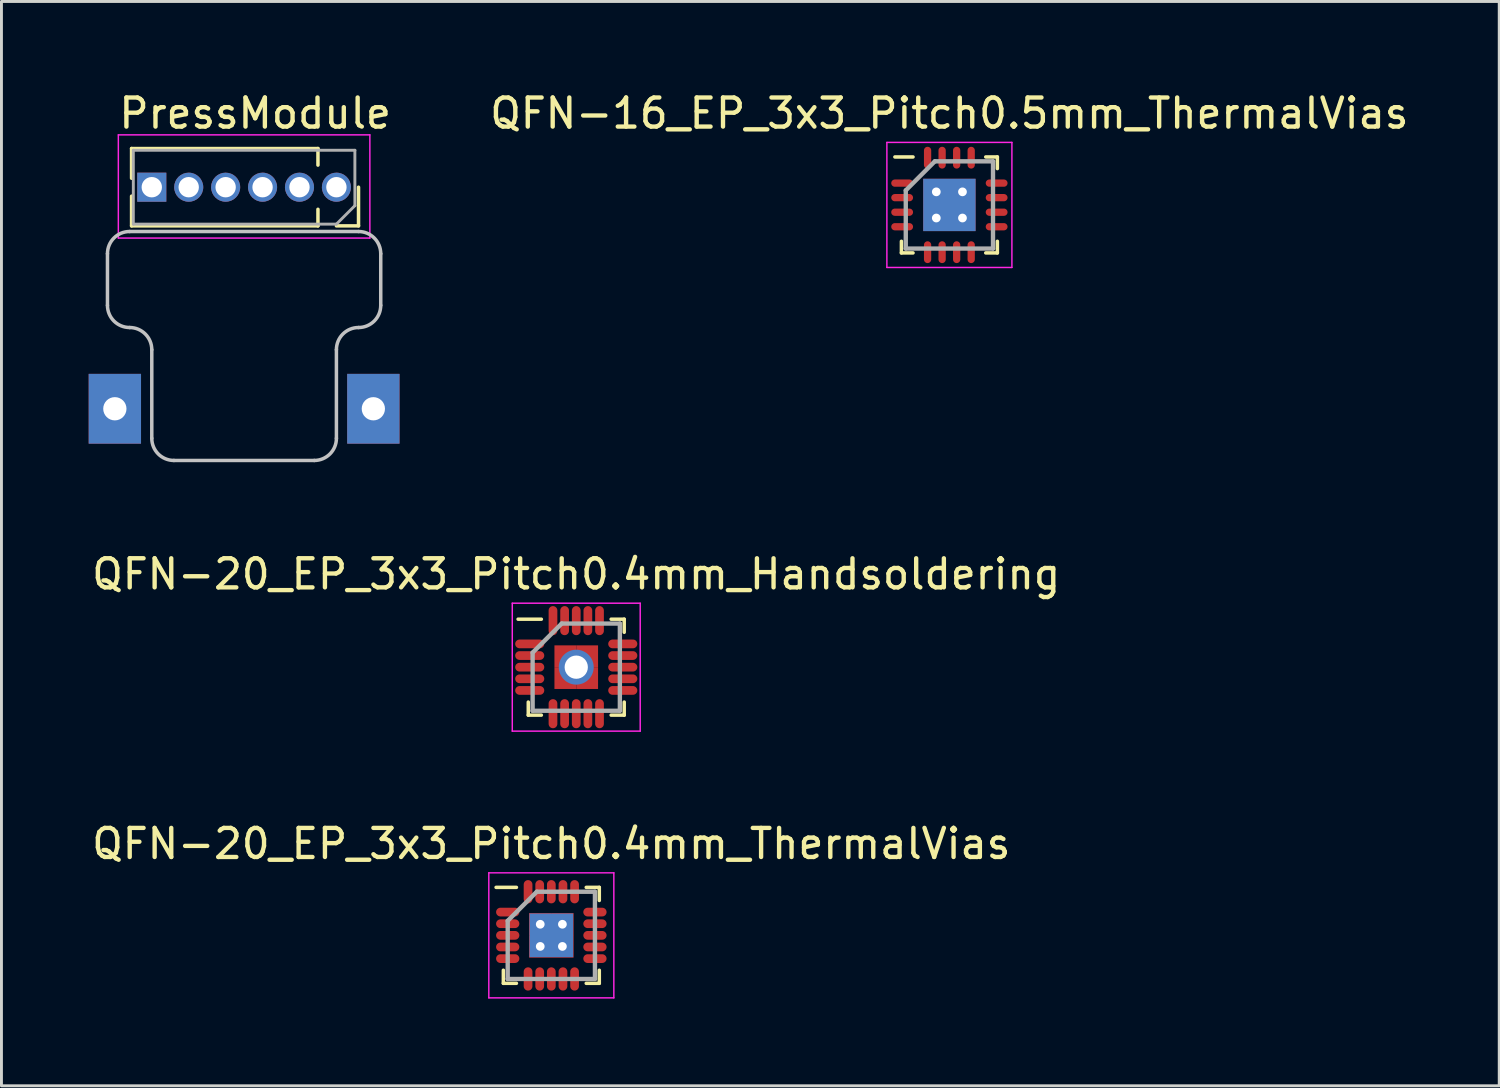
<source format=kicad_pcb>
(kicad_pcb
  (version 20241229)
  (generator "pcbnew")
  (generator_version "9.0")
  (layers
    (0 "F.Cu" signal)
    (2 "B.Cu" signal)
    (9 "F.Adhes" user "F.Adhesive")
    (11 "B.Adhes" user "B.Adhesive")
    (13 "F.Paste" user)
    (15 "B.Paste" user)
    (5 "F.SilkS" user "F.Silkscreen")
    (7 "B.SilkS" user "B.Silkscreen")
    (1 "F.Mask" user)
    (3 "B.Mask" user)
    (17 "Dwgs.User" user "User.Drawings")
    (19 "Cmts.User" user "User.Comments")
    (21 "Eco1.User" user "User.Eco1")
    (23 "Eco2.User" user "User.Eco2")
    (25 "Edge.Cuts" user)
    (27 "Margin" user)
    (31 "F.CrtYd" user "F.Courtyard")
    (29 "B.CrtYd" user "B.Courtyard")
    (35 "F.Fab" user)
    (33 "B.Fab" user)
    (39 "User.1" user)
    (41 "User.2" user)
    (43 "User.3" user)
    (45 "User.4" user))
  (footprint "QFN-20_EP_3x3_Pitch0.4mm_Handsoldering"
    (layer "F.Cu")
    (at 16.768 19.895)
    (property "Reference" "QFN-20_EP_3x3_Pitch0.4mm_Handsoldering" (at 0 -3.2 0) (layer "F.SilkS") (effects (font (size 1 1) (thickness 0.15))))
    (attr smd)
    (fp_line (start -1.65 1.65) (end -1.65 1.2) (stroke (width 0.12) (type solid)) (layer "F.SilkS"))
    (fp_line (start -1.2 -1.65) (end -2 -1.65) (stroke (width 0.12) (type solid)) (layer "F.SilkS"))
    (fp_line (start -1.2 1.65) (end -1.65 1.65) (stroke (width 0.12) (type solid)) (layer "F.SilkS"))
    (fp_line (start 1.2 -1.65) (end 1.65 -1.65) (stroke (width 0.12) (type solid)) (layer "F.SilkS"))
    (fp_line (start 1.2 1.65) (end 1.65 1.65) (stroke (width 0.12) (type solid)) (layer "F.SilkS"))
    (fp_line (start 1.65 -1.65) (end 1.65 -1.2) (stroke (width 0.12) (type solid)) (layer "F.SilkS"))
    (fp_line (start 1.65 1.65) (end 1.65 1.2) (stroke (width 0.12) (type solid)) (layer "F.SilkS"))
    (fp_line (start -2.2 -2.2) (end 2.2 -2.2) (stroke (width 0.05) (type solid)) (layer "F.CrtYd"))
    (fp_line (start -2.2 2.2) (end -2.2 -2.2) (stroke (width 0.05) (type solid)) (layer "F.CrtYd"))
    (fp_line (start 2.2 -2.2) (end 2.2 2.2) (stroke (width 0.05) (type solid)) (layer "F.CrtYd"))
    (fp_line (start 2.2 2.2) (end -2.2 2.2) (stroke (width 0.05) (type solid)) (layer "F.CrtYd"))
    (fp_line (start -1.5 -0.5) (end -1.5 1.5) (stroke (width 0.15) (type solid)) (layer "F.Fab"))
    (fp_line (start -1.5 1.5) (end 1.5 1.5) (stroke (width 0.15) (type solid)) (layer "F.Fab"))
    (fp_line (start -0.5 -1.5) (end -1.5 -0.5) (stroke (width 0.15) (type solid)) (layer "F.Fab"))
    (fp_line (start 1.5 -1.5) (end -0.5 -1.5) (stroke (width 0.15) (type solid)) (layer "F.Fab"))
    (fp_line (start 1.5 1.5) (end 1.5 -1.5) (stroke (width 0.15) (type solid)) (layer "F.Fab"))
    (pad "1" smd oval (at -1.6 -0.8 90) (size 0.3 1) (layers "F.Cu" "F.Mask" "F.Paste"))
    (pad "2" smd oval (at -1.6 -0.4 90) (size 0.3 1) (layers "F.Cu" "F.Mask" "F.Paste"))
    (pad "3" smd oval (at -1.6 0 90) (size 0.3 1) (layers "F.Cu" "F.Mask" "F.Paste"))
    (pad "4" smd oval (at -1.6 0.4 90) (size 0.3 1) (layers "F.Cu" "F.Mask" "F.Paste"))
    (pad "5" smd oval (at -1.6 0.8 90) (size 0.3 1) (layers "F.Cu" "F.Mask" "F.Paste"))
    (pad "6" smd oval (at -0.8 1.6) (size 0.3 1) (layers "F.Cu" "F.Mask" "F.Paste"))
    (pad "7" smd oval (at -0.4 1.6) (size 0.3 1) (layers "F.Cu" "F.Mask" "F.Paste"))
    (pad "8" smd oval (at 0 1.6) (size 0.3 1) (layers "F.Cu" "F.Mask" "F.Paste"))
    (pad "9" smd oval (at 0.4 1.6) (size 0.3 1) (layers "F.Cu" "F.Mask" "F.Paste"))
    (pad "10" smd oval (at 0.8 1.6) (size 0.3 1) (layers "F.Cu" "F.Mask" "F.Paste"))
    (pad "11" smd oval (at 1.6 0.8 90) (size 0.3 1) (layers "F.Cu" "F.Mask" "F.Paste"))
    (pad "12" smd oval (at 1.6 0.4 90) (size 0.3 1) (layers "F.Cu" "F.Mask" "F.Paste"))
    (pad "13" smd oval (at 1.6 0 90) (size 0.3 1) (layers "F.Cu" "F.Mask" "F.Paste"))
    (pad "14" smd oval (at 1.6 -0.4 90) (size 0.3 1) (layers "F.Cu" "F.Mask" "F.Paste"))
    (pad "15" smd oval (at 1.6 -0.8 90) (size 0.3 1) (layers "F.Cu" "F.Mask" "F.Paste"))
    (pad "16" smd oval (at 0.8 -1.6) (size 0.3 1) (layers "F.Cu" "F.Mask" "F.Paste"))
    (pad "17" smd oval (at 0.4 -1.6) (size 0.3 1) (layers "F.Cu" "F.Mask" "F.Paste"))
    (pad "18" smd oval (at 0 -1.6) (size 0.3 1) (layers "F.Cu" "F.Mask" "F.Paste"))
    (pad "19" smd oval (at -0.4 -1.6) (size 0.3 1) (layers "F.Cu" "F.Mask" "F.Paste"))
    (pad "20" smd oval (at -0.8 -1.6) (size 0.3 1) (layers "F.Cu" "F.Mask" "F.Paste"))
    (pad "21" smd rect (at -0.375 -0.375) (size 0.75 0.75) (layers "F.Cu" "F.Mask" "F.Paste"))
    (pad "21" smd rect (at -0.375 0.375) (size 0.75 0.75) (layers "F.Cu" "F.Mask" "F.Paste"))
    (pad "21" thru_hole circle (at 0 0) (size 1.2 1.2) (drill 0.8) (layers "*.Cu" "*.Mask"))
    (pad "21" smd rect (at 0.375 -0.375) (size 0.75 0.75) (layers "F.Cu" "F.Mask" "F.Paste"))
    (pad "21" smd rect (at 0.375 0.375) (size 0.75 0.75) (layers "F.Cu" "F.Mask" "F.Paste")))
  (footprint "QFN-16_EP_3x3_Pitch0.5mm_ThermalVias"
    (layer "F.Cu")
    (at 29.601 3.998)
    (property "Reference" "QFN-16_EP_3x3_Pitch0.5mm_ThermalVias" (at 0 -3.15 0) (layer "F.SilkS") (effects (font (size 1 1) (thickness 0.15))))
    (attr smd)
    (fp_line (start -1.65 1.65) (end -1.65 1.25) (stroke (width 0.12) (type solid)) (layer "F.SilkS"))
    (fp_line (start -1.25 -1.65) (end -1.875 -1.65) (stroke (width 0.12) (type solid)) (layer "F.SilkS"))
    (fp_line (start -1.25 1.65) (end -1.65 1.65) (stroke (width 0.12) (type solid)) (layer "F.SilkS"))
    (fp_line (start 1.25 -1.65) (end 1.65 -1.65) (stroke (width 0.12) (type solid)) (layer "F.SilkS"))
    (fp_line (start 1.25 1.65) (end 1.65 1.65) (stroke (width 0.12) (type solid)) (layer "F.SilkS"))
    (fp_line (start 1.65 -1.65) (end 1.65 -1.25) (stroke (width 0.12) (type solid)) (layer "F.SilkS"))
    (fp_line (start 1.65 1.65) (end 1.65 1.25) (stroke (width 0.12) (type solid)) (layer "F.SilkS"))
    (fp_line (start -2.15 -2.15) (end 2.15 -2.15) (stroke (width 0.05) (type solid)) (layer "F.CrtYd"))
    (fp_line (start -2.15 2.15) (end -2.15 -2.15) (stroke (width 0.05) (type solid)) (layer "F.CrtYd"))
    (fp_line (start 2.15 -2.15) (end 2.15 2.15) (stroke (width 0.05) (type solid)) (layer "F.CrtYd"))
    (fp_line (start 2.15 2.15) (end -2.15 2.15) (stroke (width 0.05) (type solid)) (layer "F.CrtYd"))
    (fp_line (start -1.5 -0.5) (end -1.5 1.5) (stroke (width 0.15) (type solid)) (layer "F.Fab"))
    (fp_line (start -1.5 1.5) (end 1.5 1.5) (stroke (width 0.15) (type solid)) (layer "F.Fab"))
    (fp_line (start -0.5 -1.5) (end -1.5 -0.5) (stroke (width 0.15) (type solid)) (layer "F.Fab"))
    (fp_line (start 1.5 -1.5) (end -0.5 -1.5) (stroke (width 0.15) (type solid)) (layer "F.Fab"))
    (fp_line (start 1.5 1.5) (end 1.5 -1.5) (stroke (width 0.15) (type solid)) (layer "F.Fab"))
    (pad "1" smd oval (at -1.625 -0.75 90) (size 0.25 0.75) (layers "F.Cu" "F.Mask" "F.Paste"))
    (pad "2" smd oval (at -1.625 -0.25 90) (size 0.25 0.75) (layers "F.Cu" "F.Mask" "F.Paste"))
    (pad "3" smd oval (at -1.625 0.25 90) (size 0.25 0.75) (layers "F.Cu" "F.Mask" "F.Paste"))
    (pad "4" smd oval (at -1.625 0.75 90) (size 0.25 0.75) (layers "F.Cu" "F.Mask" "F.Paste"))
    (pad "5" smd oval (at -0.75 1.625) (size 0.25 0.75) (layers "F.Cu" "F.Mask" "F.Paste"))
    (pad "6" smd oval (at -0.25 1.625) (size 0.25 0.75) (layers "F.Cu" "F.Mask" "F.Paste"))
    (pad "7" smd oval (at 0.25 1.625) (size 0.25 0.75) (layers "F.Cu" "F.Mask" "F.Paste"))
    (pad "8" smd oval (at 0.75 1.625) (size 0.25 0.75) (layers "F.Cu" "F.Mask" "F.Paste"))
    (pad "9" smd oval (at 1.625 0.75 90) (size 0.25 0.75) (layers "F.Cu" "F.Mask" "F.Paste"))
    (pad "10" smd oval (at 1.625 0.25 90) (size 0.25 0.75) (layers "F.Cu" "F.Mask" "F.Paste"))
    (pad "11" smd oval (at 1.625 -0.25 90) (size 0.25 0.75) (layers "F.Cu" "F.Mask" "F.Paste"))
    (pad "12" smd oval (at 1.625 -0.75 90) (size 0.25 0.75) (layers "F.Cu" "F.Mask" "F.Paste"))
    (pad "13" smd oval (at 0.75 -1.625) (size 0.25 0.75) (layers "F.Cu" "F.Mask" "F.Paste"))
    (pad "14" smd oval (at 0.25 -1.625) (size 0.25 0.75) (layers "F.Cu" "F.Mask" "F.Paste"))
    (pad "15" smd oval (at -0.25 -1.625) (size 0.25 0.75) (layers "F.Cu" "F.Mask" "F.Paste"))
    (pad "16" smd oval (at -0.75 -1.625) (size 0.25 0.75) (layers "F.Cu" "F.Mask" "F.Paste"))
    (pad "17" thru_hole circle (at -0.45 -0.45) (size 0.5 0.5) (drill 0.3) (layers "*.Cu" "*.Mask"))
    (pad "17" smd rect (at -0.45 -0.45) (size 0.9 0.9) (layers "F.Cu" "F.Mask" "F.Paste"))
    (pad "17" thru_hole circle (at -0.45 0.45) (size 0.5 0.5) (drill 0.3) (layers "*.Cu" "*.Mask"))
    (pad "17" smd rect (at -0.45 0.45) (size 0.9 0.9) (layers "F.Cu" "F.Mask" "F.Paste"))
    (pad "17" smd rect (at 0 0) (size 1.8 1.8) (layers "B.Cu" "B.Mask"))
    (pad "17" thru_hole circle (at 0.45 -0.45) (size 0.5 0.5) (drill 0.3) (layers "*.Cu" "*.Mask"))
    (pad "17" smd rect (at 0.45 -0.45) (size 0.9 0.9) (layers "F.Cu" "F.Mask" "F.Paste"))
    (pad "17" thru_hole circle (at 0.45 0.45) (size 0.5 0.5) (drill 0.3) (layers "*.Cu" "*.Mask"))
    (pad "17" smd rect (at 0.45 0.45) (size 0.9 0.9) (layers "F.Cu" "F.Mask" "F.Paste")))
  (footprint "PressModule"
    (layer "F.Cu")
    (at 2.17 3.388)
    (property "Reference" "PressModule" (at 3.556 -2.54 0) (layer "F.SilkS") (effects (font (size 1 1) (thickness 0.15))))
    (attr through_hole)
    (fp_line (start -0.695 -1.33) (end -0.695 -0.308) (stroke (width 0.12) (type solid)) (layer "F.SilkS"))
    (fp_line (start -0.695 0.308) (end -0.695 1.33) (stroke (width 0.12) (type solid)) (layer "F.SilkS"))
    (fp_line (start 5.715 -1.33) (end -0.695 -1.33) (stroke (width 0.12) (type solid)) (layer "F.SilkS"))
    (fp_line (start 5.715 -1.33) (end 5.715 -0.76) (stroke (width 0.12) (type solid)) (layer "F.SilkS"))
    (fp_line (start 5.715 0.76) (end 5.715 1.33) (stroke (width 0.12) (type solid)) (layer "F.SilkS"))
    (fp_line (start 5.715 1.33) (end -0.695 1.33) (stroke (width 0.12) (type solid)) (layer "F.SilkS"))
    (fp_line (start 7.11 0) (end 7.11 1.33) (stroke (width 0.12) (type solid)) (layer "F.SilkS"))
    (fp_line (start 7.11 1.33) (end 6.35 1.33) (stroke (width 0.12) (type solid)) (layer "F.SilkS"))
    (fp_line (start -1.524 4.064) (end -1.524 2.286) (stroke (width 0.12) (type solid)) (layer "Dwgs.User"))
    (fp_line (start -0.762 1.524) (end 7.112 1.524) (stroke (width 0.12) (type solid)) (layer "Dwgs.User"))
    (fp_line (start 0 8.636) (end 0 5.588) (stroke (width 0.12) (type solid)) (layer "Dwgs.User"))
    (fp_line (start 5.588 9.398) (end 0.762 9.398) (stroke (width 0.12) (type solid)) (layer "Dwgs.User"))
    (fp_line (start 6.35 5.588) (end 6.35 8.636) (stroke (width 0.12) (type solid)) (layer "Dwgs.User"))
    (fp_line (start 7.874 4.064) (end 7.874 2.286) (stroke (width 0.12) (type solid)) (layer "Dwgs.User"))
    (fp_arc (start -1.524 2.286) (mid -1.300815 1.747185) (end -0.762 1.524) (stroke (width 0.12) (type solid)) (layer "Dwgs.User"))
    (fp_arc (start -0.762 4.826) (mid -1.300815 4.602815) (end -1.524 4.064) (stroke (width 0.12) (type solid)) (layer "Dwgs.User"))
    (fp_arc (start -0.762 4.826) (mid -0.223185 5.049185) (end 0 5.588) (stroke (width 0.12) (type solid)) (layer "Dwgs.User"))
    (fp_arc (start 0.762 9.398) (mid 0.223185 9.174815) (end 0 8.636) (stroke (width 0.12) (type solid)) (layer "Dwgs.User"))
    (fp_arc (start 6.35 5.588) (mid 6.573185 5.049185) (end 7.112 4.826) (stroke (width 0.12) (type solid)) (layer "Dwgs.User"))
    (fp_arc (start 6.35 8.636) (mid 6.126815 9.174815) (end 5.588 9.398) (stroke (width 0.12) (type solid)) (layer "Dwgs.User"))
    (fp_arc (start 7.112 1.524) (mid 7.650815 1.747185) (end 7.874 2.286) (stroke (width 0.12) (type solid)) (layer "Dwgs.User"))
    (fp_arc (start 7.874 4.064) (mid 7.650815 4.602815) (end 7.112 4.826) (stroke (width 0.12) (type solid)) (layer "Dwgs.User"))
    (fp_line (start -1.15 -1.8) (end 7.5 -1.8) (stroke (width 0.05) (type solid)) (layer "F.CrtYd"))
    (fp_line (start -1.15 1.75) (end -1.15 -1.8) (stroke (width 0.05) (type solid)) (layer "F.CrtYd"))
    (fp_line (start 7.5 -1.8) (end 7.5 1.75) (stroke (width 0.05) (type solid)) (layer "F.CrtYd"))
    (fp_line (start 7.5 1.75) (end -1.15 1.75) (stroke (width 0.05) (type solid)) (layer "F.CrtYd"))
    (fp_line (start -0.635 -1.27) (end 6.985 -1.27) (stroke (width 0.1) (type solid)) (layer "F.Fab"))
    (fp_line (start -0.635 1.27) (end -0.635 -1.27) (stroke (width 0.1) (type solid)) (layer "F.Fab"))
    (fp_line (start 6.35 1.27) (end -0.635 1.27) (stroke (width 0.1) (type solid)) (layer "F.Fab"))
    (fp_line (start 6.985 -1.27) (end 6.985 0.635) (stroke (width 0.1) (type solid)) (layer "F.Fab"))
    (fp_line (start 6.985 0.635) (end 6.35 1.27) (stroke (width 0.1) (type solid)) (layer "F.Fab"))
    (pad "1" thru_hole rect (at -1.27 7.62 270) (size 2.4 1.8) (drill 0.8) (layers "*.Cu" "*.Mask"))
    (pad "1" thru_hole rect (at 0 0 90) (size 1 1) (drill 0.7) (layers "*.Cu" "*.Mask"))
    (pad "1" thru_hole rect (at 7.62 7.62 270) (size 2.4 1.8) (drill 0.8) (layers "*.Cu" "*.Mask"))
    (pad "2" thru_hole oval (at 1.27 0 90) (size 1 1) (drill 0.7) (layers "*.Cu" "*.Mask"))
    (pad "3" thru_hole oval (at 2.54 0 90) (size 1 1) (drill 0.7) (layers "*.Cu" "*.Mask"))
    (pad "4" thru_hole oval (at 3.81 0 90) (size 1 1) (drill 0.7) (layers "*.Cu" "*.Mask"))
    (pad "5" thru_hole oval (at 5.08 0 90) (size 1 1) (drill 0.7) (layers "*.Cu" "*.Mask"))
    (pad "6" thru_hole oval (at 6.35 0 90) (size 1 1) (drill 0.7) (layers "*.Cu" "*.Mask")))
  (footprint "QFN-20_EP_3x3_Pitch0.4mm_ThermalVias"
    (layer "F.Cu")
    (at 15.911 29.118)
    (property "Reference" "QFN-20_EP_3x3_Pitch0.4mm_ThermalVias" (at 0 -3.15 0) (layer "F.SilkS") (effects (font (size 1 1) (thickness 0.15))))
    (attr smd)
    (fp_line (start -1.65 1.65) (end -1.65 1.2) (stroke (width 0.12) (type solid)) (layer "F.SilkS"))
    (fp_line (start -1.2 -1.65) (end -1.9 -1.65) (stroke (width 0.12) (type solid)) (layer "F.SilkS"))
    (fp_line (start -1.2 1.65) (end -1.65 1.65) (stroke (width 0.12) (type solid)) (layer "F.SilkS"))
    (fp_line (start 1.2 -1.65) (end 1.65 -1.65) (stroke (width 0.12) (type solid)) (layer "F.SilkS"))
    (fp_line (start 1.2 1.65) (end 1.65 1.65) (stroke (width 0.12) (type solid)) (layer "F.SilkS"))
    (fp_line (start 1.65 -1.65) (end 1.65 -1.2) (stroke (width 0.12) (type solid)) (layer "F.SilkS"))
    (fp_line (start 1.65 1.65) (end 1.65 1.2) (stroke (width 0.12) (type solid)) (layer "F.SilkS"))
    (fp_line (start -2.15 -2.15) (end 2.15 -2.15) (stroke (width 0.05) (type solid)) (layer "F.CrtYd"))
    (fp_line (start -2.15 2.15) (end -2.15 -2.15) (stroke (width 0.05) (type solid)) (layer "F.CrtYd"))
    (fp_line (start 2.15 -2.15) (end 2.15 2.15) (stroke (width 0.05) (type solid)) (layer "F.CrtYd"))
    (fp_line (start 2.15 2.15) (end -2.15 2.15) (stroke (width 0.05) (type solid)) (layer "F.CrtYd"))
    (fp_line (start -1.5 -0.5) (end -1.5 1.5) (stroke (width 0.15) (type solid)) (layer "F.Fab"))
    (fp_line (start -1.5 1.5) (end 1.5 1.5) (stroke (width 0.15) (type solid)) (layer "F.Fab"))
    (fp_line (start -0.5 -1.5) (end -1.5 -0.5) (stroke (width 0.15) (type solid)) (layer "F.Fab"))
    (fp_line (start 1.5 -1.5) (end -0.5 -1.5) (stroke (width 0.15) (type solid)) (layer "F.Fab"))
    (fp_line (start 1.5 1.5) (end 1.5 -1.5) (stroke (width 0.15) (type solid)) (layer "F.Fab"))
    (pad "1" smd oval (at -1.5 -0.8 90) (size 0.3 0.8) (layers "F.Cu" "F.Mask" "F.Paste"))
    (pad "2" smd oval (at -1.5 -0.4 90) (size 0.3 0.8) (layers "F.Cu" "F.Mask" "F.Paste"))
    (pad "3" smd oval (at -1.5 0 90) (size 0.3 0.8) (layers "F.Cu" "F.Mask" "F.Paste"))
    (pad "4" smd oval (at -1.5 0.4 90) (size 0.3 0.8) (layers "F.Cu" "F.Mask" "F.Paste"))
    (pad "5" smd oval (at -1.5 0.8 90) (size 0.3 0.8) (layers "F.Cu" "F.Mask" "F.Paste"))
    (pad "6" smd oval (at -0.8 1.5) (size 0.3 0.8) (layers "F.Cu" "F.Mask" "F.Paste"))
    (pad "7" smd oval (at -0.4 1.5) (size 0.3 0.8) (layers "F.Cu" "F.Mask" "F.Paste"))
    (pad "8" smd oval (at 0 1.5) (size 0.3 0.8) (layers "F.Cu" "F.Mask" "F.Paste"))
    (pad "9" smd oval (at 0.4 1.5) (size 0.3 0.8) (layers "F.Cu" "F.Mask" "F.Paste"))
    (pad "10" smd oval (at 0.8 1.5) (size 0.3 0.8) (layers "F.Cu" "F.Mask" "F.Paste"))
    (pad "11" smd oval (at 1.5 0.8 90) (size 0.3 0.8) (layers "F.Cu" "F.Mask" "F.Paste"))
    (pad "12" smd oval (at 1.5 0.4 90) (size 0.3 0.8) (layers "F.Cu" "F.Mask" "F.Paste"))
    (pad "13" smd oval (at 1.5 0 90) (size 0.3 0.8) (layers "F.Cu" "F.Mask" "F.Paste"))
    (pad "14" smd oval (at 1.5 -0.4 90) (size 0.3 0.8) (layers "F.Cu" "F.Mask" "F.Paste"))
    (pad "15" smd oval (at 1.5 -0.8 90) (size 0.3 0.8) (layers "F.Cu" "F.Mask" "F.Paste"))
    (pad "16" smd oval (at 0.8 -1.5) (size 0.3 0.8) (layers "F.Cu" "F.Mask" "F.Paste"))
    (pad "17" smd oval (at 0.4 -1.5) (size 0.3 0.8) (layers "F.Cu" "F.Mask" "F.Paste"))
    (pad "18" smd oval (at 0 -1.5) (size 0.3 0.8) (layers "F.Cu" "F.Mask" "F.Paste"))
    (pad "19" smd oval (at -0.4 -1.5) (size 0.3 0.8) (layers "F.Cu" "F.Mask" "F.Paste"))
    (pad "20" smd oval (at -0.8 -1.5) (size 0.3 0.8) (layers "F.Cu" "F.Mask" "F.Paste"))
    (pad "21" thru_hole circle (at -0.381 -0.381 90) (size 0.5 0.5) (drill 0.3) (layers "*.Cu" "*.Mask"))
    (pad "21" smd rect (at -0.381 -0.381) (size 0.77 0.77) (layers "F.Cu" "F.Mask" "F.Paste"))
    (pad "21" thru_hole circle (at -0.381 0.381 90) (size 0.5 0.5) (drill 0.3) (layers "*.Cu" "*.Mask"))
    (pad "21" smd rect (at -0.381 0.381) (size 0.77 0.77) (layers "F.Cu" "F.Mask" "F.Paste"))
    (pad "21" smd rect (at 0 0) (size 1.5 1.5) (layers "B.Cu" "B.Mask"))
    (pad "21" thru_hole circle (at 0.381 -0.381 90) (size 0.5 0.5) (drill 0.3) (layers "*.Cu" "*.Mask"))
    (pad "21" smd rect (at 0.381 -0.381) (size 0.77 0.77) (layers "F.Cu" "F.Mask" "F.Paste"))
    (pad "21" thru_hole circle (at 0.381 0.381 90) (size 0.5 0.5) (drill 0.3) (layers "*.Cu" "*.Mask"))
    (pad "21" smd rect (at 0.381 0.381) (size 0.77 0.77) (layers "F.Cu" "F.Mask" "F.Paste")))
  (gr_rect
    (start -3 -3)
    (end 48.511 34.293)
    (stroke (width 0.1) (type default))
    (fill no)
    (layer "Edge.Cuts")))
</source>
